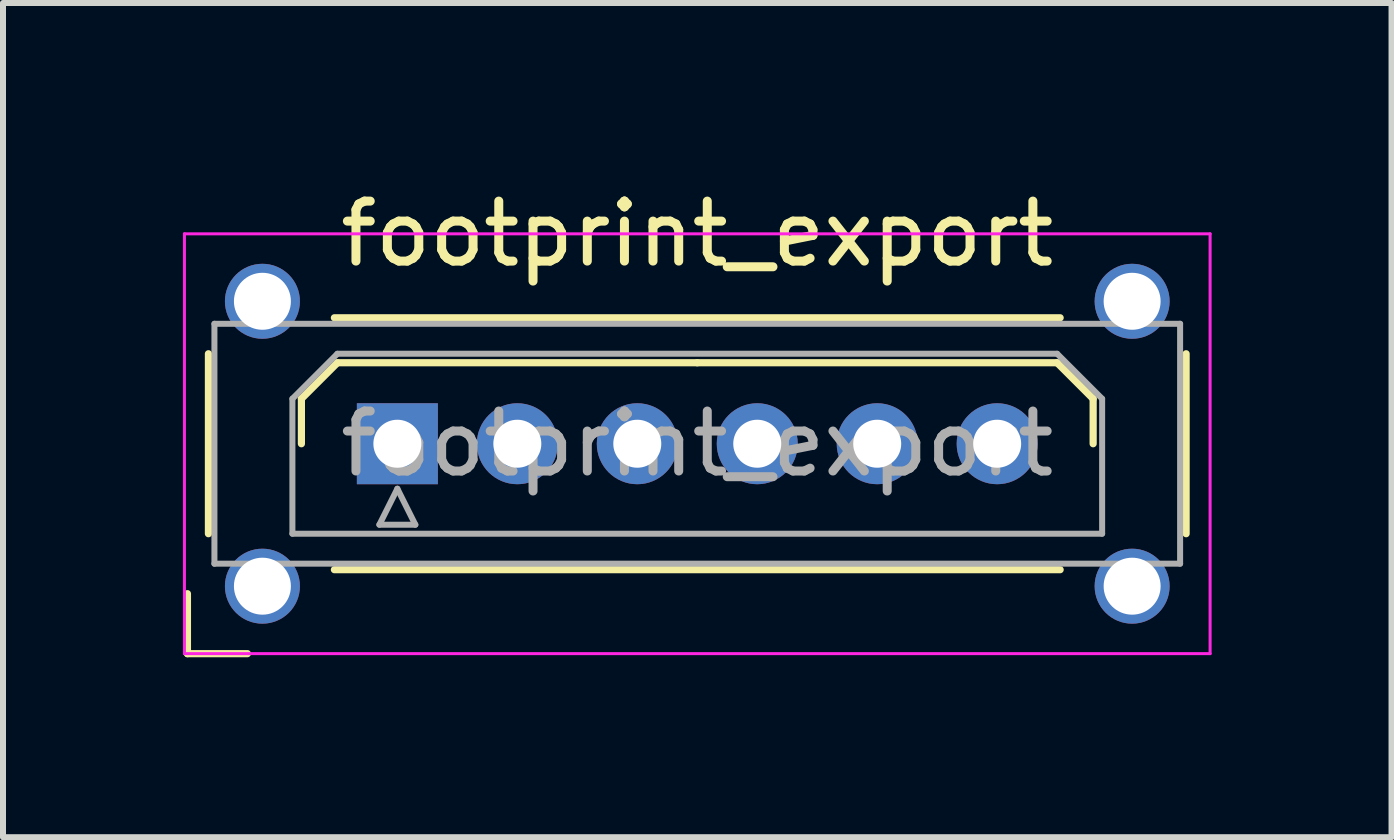
<source format=kicad_pcb>
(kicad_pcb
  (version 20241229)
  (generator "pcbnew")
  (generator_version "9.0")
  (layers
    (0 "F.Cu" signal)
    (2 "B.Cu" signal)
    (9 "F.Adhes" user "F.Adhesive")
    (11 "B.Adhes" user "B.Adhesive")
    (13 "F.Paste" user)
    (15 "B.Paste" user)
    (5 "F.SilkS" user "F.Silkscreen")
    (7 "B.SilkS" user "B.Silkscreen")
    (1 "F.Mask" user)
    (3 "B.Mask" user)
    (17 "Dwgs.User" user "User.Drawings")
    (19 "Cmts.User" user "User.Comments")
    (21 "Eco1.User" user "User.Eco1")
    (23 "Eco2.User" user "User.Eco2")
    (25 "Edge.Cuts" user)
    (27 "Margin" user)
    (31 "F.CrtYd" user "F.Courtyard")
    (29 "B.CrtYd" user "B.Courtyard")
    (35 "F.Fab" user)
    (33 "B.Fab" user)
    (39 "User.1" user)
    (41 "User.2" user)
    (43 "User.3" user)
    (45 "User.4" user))
  (footprint "footprint_export"
    (layer "F.Cu")
    (at 3.575 4.348)
    (property "Reference" "footprint_export" (at 5 -3.5 0) (layer "F.SilkS") (effects (font (size 1 1) (thickness 0.15))))
    (attr through_hole)
    (fp_line (start -3.5 2.5) (end -3.5 3.5) (stroke (width 0.12) (type solid)) (layer "F.SilkS"))
    (fp_line (start -3.5 3.5) (end -2.5 3.5) (stroke (width 0.12) (type solid)) (layer "F.SilkS"))
    (fp_line (start -3.15 -1.5) (end -3.15 1.5) (stroke (width 0.12) (type solid)) (layer "F.SilkS"))
    (fp_line (start -1.6 -0.75) (end -1 -1.35) (stroke (width 0.12) (type solid)) (layer "F.SilkS"))
    (fp_line (start -1.6 0) (end -1.6 -0.75) (stroke (width 0.12) (type solid)) (layer "F.SilkS"))
    (fp_line (start -1.05 -2.1) (end 11.05 -2.1) (stroke (width 0.12) (type solid)) (layer "F.SilkS"))
    (fp_line (start -1.05 2.1) (end 11.05 2.1) (stroke (width 0.12) (type solid)) (layer "F.SilkS"))
    (fp_line (start -1 -1.35) (end 5 -1.35) (stroke (width 0.12) (type solid)) (layer "F.SilkS"))
    (fp_line (start 11 -1.35) (end 5 -1.35) (stroke (width 0.12) (type solid)) (layer "F.SilkS"))
    (fp_line (start 11.6 -0.75) (end 11 -1.35) (stroke (width 0.12) (type solid)) (layer "F.SilkS"))
    (fp_line (start 11.6 0) (end 11.6 -0.75) (stroke (width 0.12) (type solid)) (layer "F.SilkS"))
    (fp_line (start 13.15 -1.5) (end 13.15 1.5) (stroke (width 0.12) (type solid)) (layer "F.SilkS"))
    (fp_line (start -3.55 -3.5) (end -3.55 3.5) (stroke (width 0.05) (type solid)) (layer "F.CrtYd"))
    (fp_line (start -3.55 3.5) (end 13.55 3.5) (stroke (width 0.05) (type solid)) (layer "F.CrtYd"))
    (fp_line (start 13.55 -3.5) (end -3.55 -3.5) (stroke (width 0.05) (type solid)) (layer "F.CrtYd"))
    (fp_line (start 13.55 3.5) (end 13.55 -3.5) (stroke (width 0.05) (type solid)) (layer "F.CrtYd"))
    (fp_line (start -3.05 -2) (end -3.05 2) (stroke (width 0.1) (type solid)) (layer "F.Fab"))
    (fp_line (start -3.05 2) (end 13.05 2) (stroke (width 0.1) (type solid)) (layer "F.Fab"))
    (fp_line (start -1.75 -0.75) (end -1 -1.5) (stroke (width 0.1) (type solid)) (layer "F.Fab"))
    (fp_line (start -1.75 1.5) (end -1.75 -0.75) (stroke (width 0.1) (type solid)) (layer "F.Fab"))
    (fp_line (start -1 -1.5) (end 11 -1.5) (stroke (width 0.1) (type solid)) (layer "F.Fab"))
    (fp_line (start -0.3 1.35) (end 0.3 1.35) (stroke (width 0.1) (type solid)) (layer "F.Fab"))
    (fp_line (start 0 0.75) (end -0.3 1.35) (stroke (width 0.1) (type solid)) (layer "F.Fab"))
    (fp_line (start 0.3 1.35) (end 0 0.75) (stroke (width 0.1) (type solid)) (layer "F.Fab"))
    (fp_line (start 11 -1.5) (end 11.75 -0.75) (stroke (width 0.1) (type solid)) (layer "F.Fab"))
    (fp_line (start 11.75 -0.75) (end 11.75 1.5) (stroke (width 0.1) (type solid)) (layer "F.Fab"))
    (fp_line (start 11.75 1.5) (end -1.75 1.5) (stroke (width 0.1) (type solid)) (layer "F.Fab"))
    (fp_line (start 13.05 -2) (end -3.05 -2) (stroke (width 0.1) (type solid)) (layer "F.Fab"))
    (fp_line (start 13.05 2) (end 13.05 -2) (stroke (width 0.1) (type solid)) (layer "F.Fab"))
    (fp_text user "${REFERENCE}" (at 5 0 0) (layer "F.Fab") (effects (font (size 1 1) (thickness 0.15))))
    (pad "" thru_hole circle (at -2.25 -2.375) (size 1.25 1.25) (drill 0.95) (layers "*.Cu" "*.Mask"))
    (pad "" thru_hole circle (at -2.25 2.375) (size 1.25 1.25) (drill 0.95) (layers "*.Cu" "*.Mask"))
    (pad "" thru_hole circle (at 12.25 -2.375) (size 1.25 1.25) (drill 0.95) (layers "*.Cu" "*.Mask"))
    (pad "" thru_hole circle (at 12.25 2.375) (size 1.25 1.25) (drill 0.95) (layers "*.Cu" "*.Mask"))
    (pad "1" thru_hole rect (at 0 0) (size 1.35 1.35) (drill 0.8) (layers "*.Cu" "*.Mask"))
    (pad "2" thru_hole circle (at 2 0) (size 1.35 1.35) (drill 0.8) (layers "*.Cu" "*.Mask"))
    (pad "3" thru_hole circle (at 4 0) (size 1.35 1.35) (drill 0.8) (layers "*.Cu" "*.Mask"))
    (pad "4" thru_hole circle (at 6 0) (size 1.35 1.35) (drill 0.8) (layers "*.Cu" "*.Mask"))
    (pad "5" thru_hole circle (at 8 0) (size 1.35 1.35) (drill 0.8) (layers "*.Cu" "*.Mask"))
    (pad "6" thru_hole circle (at 10 0) (size 1.35 1.35) (drill 0.8) (layers "*.Cu" "*.Mask")))
  (gr_rect
    (start -3 -3)
    (end 20.15 10.908)
    (stroke (width 0.1) (type default))
    (fill no)
    (layer "Edge.Cuts")))
</source>
